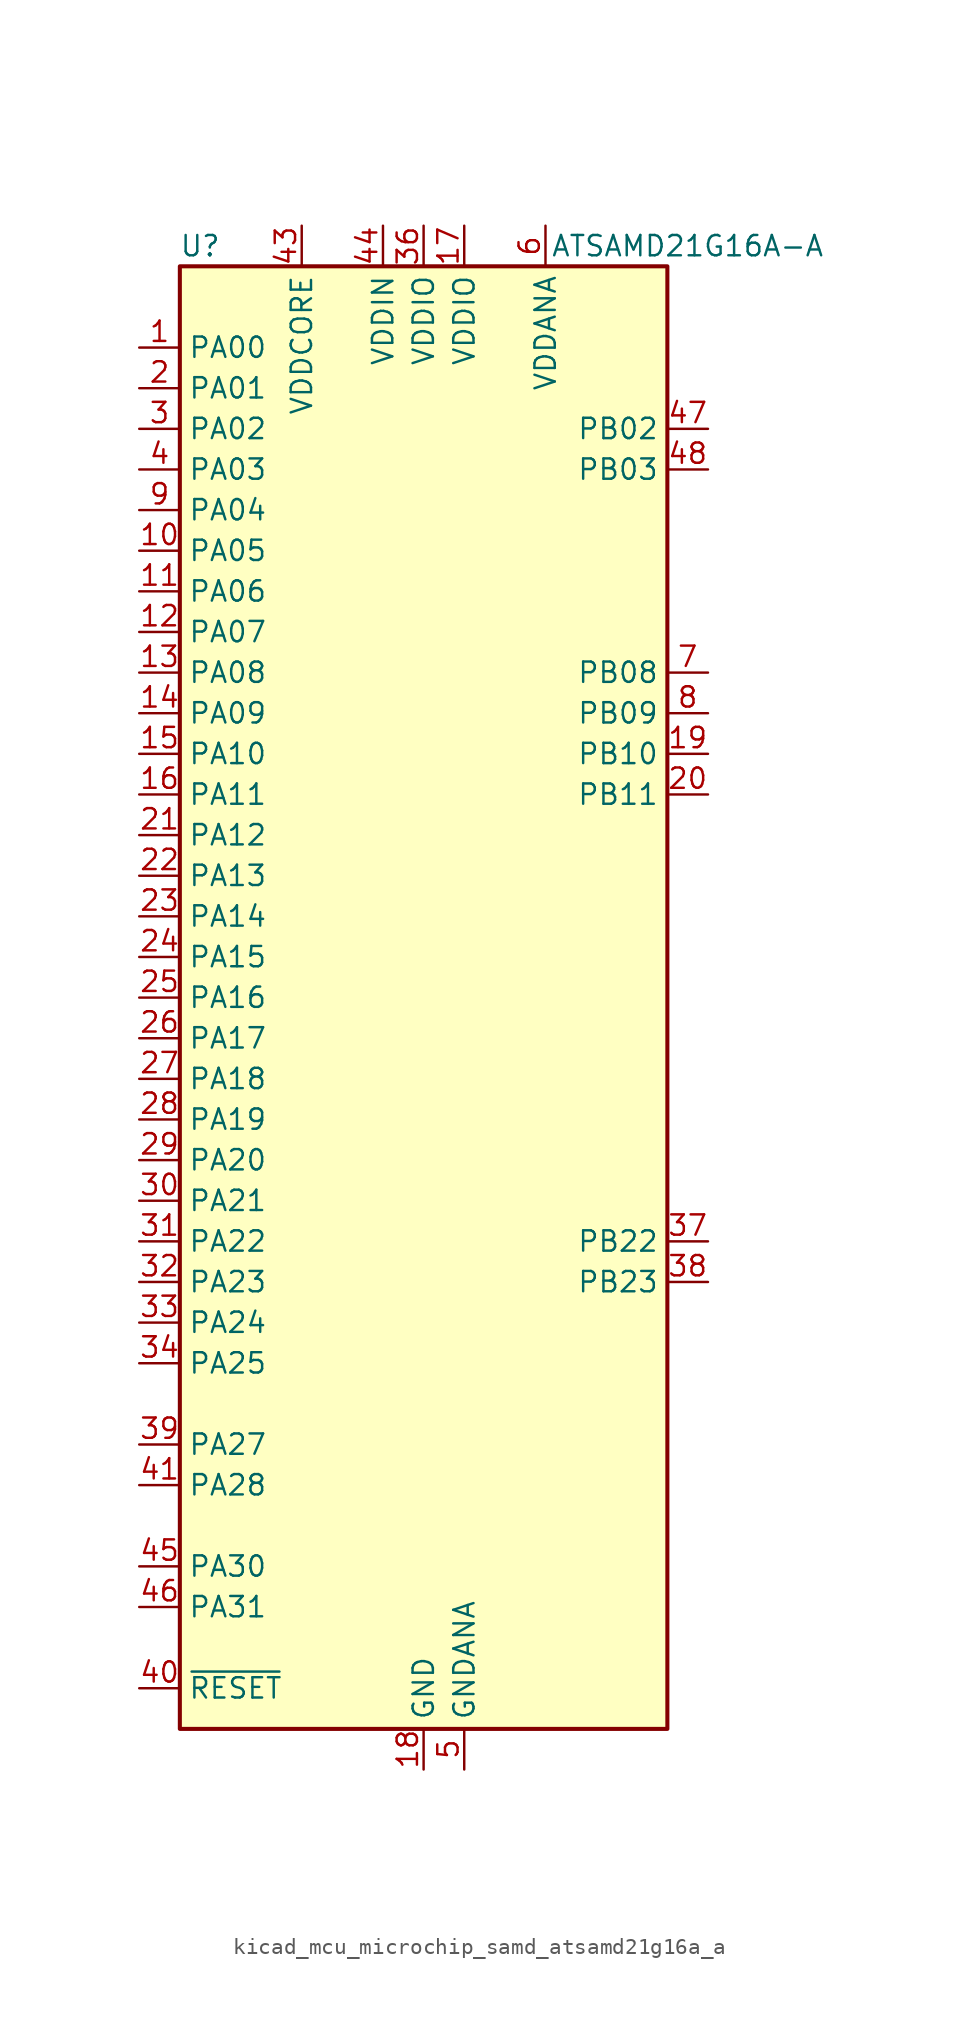
<source format=kicad_sym>
(kicad_symbol_lib
  (version 20220914)
  (generator kicad_symbol_editor)
  (symbol "kicad_mcu_microchip_samd_atsamd21g16a_a"
    (property "Reference" "U"
      (at -13.97 46.99 0)
      (effects (font (size 1.27 1.27))))
    (property "Value" "ATSAMD21G16A-A"
      (at 16.51 46.99 0)
      (effects (font (size 1.27 1.27))))
    (symbol "kicad_mcu_microchip_samd_atsamd21g16a_a_0_1"
      (rectangle (start -15.24 45.72) (end 15.24 -45.72) (stroke (width 0.254) (type default)) (fill (type background))))
    (symbol "kicad_mcu_microchip_samd_atsamd21g16a_a_1_1"
      (pin bidirectional line (at -17.78 40.64 0) (length 2.54) (name "PA00" (effects (font (size 1.27 1.27)))) (number "1" (effects (font (size 1.27 1.27)))))
      (pin bidirectional line (at -17.78 27.94 0) (length 2.54) (name "PA05" (effects (font (size 1.27 1.27)))) (number "10" (effects (font (size 1.27 1.27)))))
      (pin bidirectional line (at -17.78 25.4 0) (length 2.54) (name "PA06" (effects (font (size 1.27 1.27)))) (number "11" (effects (font (size 1.27 1.27)))))
      (pin bidirectional line (at -17.78 22.86 0) (length 2.54) (name "PA07" (effects (font (size 1.27 1.27)))) (number "12" (effects (font (size 1.27 1.27)))))
      (pin bidirectional line (at -17.78 20.32 0) (length 2.54) (name "PA08" (effects (font (size 1.27 1.27)))) (number "13" (effects (font (size 1.27 1.27)))))
      (pin bidirectional line (at -17.78 17.78 0) (length 2.54) (name "PA09" (effects (font (size 1.27 1.27)))) (number "14" (effects (font (size 1.27 1.27)))))
      (pin bidirectional line (at -17.78 15.24 0) (length 2.54) (name "PA10" (effects (font (size 1.27 1.27)))) (number "15" (effects (font (size 1.27 1.27)))))
      (pin bidirectional line (at -17.78 12.7 0) (length 2.54) (name "PA11" (effects (font (size 1.27 1.27)))) (number "16" (effects (font (size 1.27 1.27)))))
      (pin power_in line (at 2.54 48.26 270) (length 2.54) (name "VDDIO" (effects (font (size 1.27 1.27)))) (number "17" (effects (font (size 1.27 1.27)))))
      (pin power_in line (at 0 -48.26 90) (length 2.54) (name "GND" (effects (font (size 1.27 1.27)))) (number "18" (effects (font (size 1.27 1.27)))))
      (pin bidirectional line (at 17.78 15.24 180) (length 2.54) (name "PB10" (effects (font (size 1.27 1.27)))) (number "19" (effects (font (size 1.27 1.27)))))
      (pin bidirectional line (at -17.78 38.1 0) (length 2.54) (name "PA01" (effects (font (size 1.27 1.27)))) (number "2" (effects (font (size 1.27 1.27)))))
      (pin bidirectional line (at 17.78 12.7 180) (length 2.54) (name "PB11" (effects (font (size 1.27 1.27)))) (number "20" (effects (font (size 1.27 1.27)))))
      (pin bidirectional line (at -17.78 10.16 0) (length 2.54) (name "PA12" (effects (font (size 1.27 1.27)))) (number "21" (effects (font (size 1.27 1.27)))))
      (pin bidirectional line (at -17.78 7.62 0) (length 2.54) (name "PA13" (effects (font (size 1.27 1.27)))) (number "22" (effects (font (size 1.27 1.27)))))
      (pin bidirectional line (at -17.78 5.08 0) (length 2.54) (name "PA14" (effects (font (size 1.27 1.27)))) (number "23" (effects (font (size 1.27 1.27)))))
      (pin bidirectional line (at -17.78 2.54 0) (length 2.54) (name "PA15" (effects (font (size 1.27 1.27)))) (number "24" (effects (font (size 1.27 1.27)))))
      (pin bidirectional line (at -17.78 0 0) (length 2.54) (name "PA16" (effects (font (size 1.27 1.27)))) (number "25" (effects (font (size 1.27 1.27)))))
      (pin bidirectional line (at -17.78 -2.54 0) (length 2.54) (name "PA17" (effects (font (size 1.27 1.27)))) (number "26" (effects (font (size 1.27 1.27)))))
      (pin bidirectional line (at -17.78 -5.08 0) (length 2.54) (name "PA18" (effects (font (size 1.27 1.27)))) (number "27" (effects (font (size 1.27 1.27)))))
      (pin bidirectional line (at -17.78 -7.62 0) (length 2.54) (name "PA19" (effects (font (size 1.27 1.27)))) (number "28" (effects (font (size 1.27 1.27)))))
      (pin bidirectional line (at -17.78 -10.16 0) (length 2.54) (name "PA20" (effects (font (size 1.27 1.27)))) (number "29" (effects (font (size 1.27 1.27)))))
      (pin bidirectional line (at -17.78 35.56 0) (length 2.54) (name "PA02" (effects (font (size 1.27 1.27)))) (number "3" (effects (font (size 1.27 1.27)))))
      (pin bidirectional line (at -17.78 -12.7 0) (length 2.54) (name "PA21" (effects (font (size 1.27 1.27)))) (number "30" (effects (font (size 1.27 1.27)))))
      (pin bidirectional line (at -17.78 -15.24 0) (length 2.54) (name "PA22" (effects (font (size 1.27 1.27)))) (number "31" (effects (font (size 1.27 1.27)))))
      (pin bidirectional line (at -17.78 -17.78 0) (length 2.54) (name "PA23" (effects (font (size 1.27 1.27)))) (number "32" (effects (font (size 1.27 1.27)))))
      (pin bidirectional line (at -17.78 -20.32 0) (length 2.54) (name "PA24" (effects (font (size 1.27 1.27)))) (number "33" (effects (font (size 1.27 1.27)))))
      (pin bidirectional line (at -17.78 -22.86 0) (length 2.54) (name "PA25" (effects (font (size 1.27 1.27)))) (number "34" (effects (font (size 1.27 1.27)))))
      (pin passive line (at 0 -48.26 90) (length 2.54) hide (name "GND" (effects (font (size 1.27 1.27)))) (number "35" (effects (font (size 1.27 1.27)))))
      (pin power_in line (at 0 48.26 270) (length 2.54) (name "VDDIO" (effects (font (size 1.27 1.27)))) (number "36" (effects (font (size 1.27 1.27)))))
      (pin bidirectional line (at 17.78 -15.24 180) (length 2.54) (name "PB22" (effects (font (size 1.27 1.27)))) (number "37" (effects (font (size 1.27 1.27)))))
      (pin bidirectional line (at 17.78 -17.78 180) (length 2.54) (name "PB23" (effects (font (size 1.27 1.27)))) (number "38" (effects (font (size 1.27 1.27)))))
      (pin bidirectional line (at -17.78 -27.94 0) (length 2.54) (name "PA27" (effects (font (size 1.27 1.27)))) (number "39" (effects (font (size 1.27 1.27)))))
      (pin bidirectional line (at -17.78 33.02 0) (length 2.54) (name "PA03" (effects (font (size 1.27 1.27)))) (number "4" (effects (font (size 1.27 1.27)))))
      (pin input line (at -17.78 -43.18 0) (length 2.54) (name "~{RESET}" (effects (font (size 1.27 1.27)))) (number "40" (effects (font (size 1.27 1.27)))))
      (pin bidirectional line (at -17.78 -30.48 0) (length 2.54) (name "PA28" (effects (font (size 1.27 1.27)))) (number "41" (effects (font (size 1.27 1.27)))))
      (pin passive line (at 0 -48.26 90) (length 2.54) hide (name "GND" (effects (font (size 1.27 1.27)))) (number "42" (effects (font (size 1.27 1.27)))))
      (pin power_out line (at -7.62 48.26 270) (length 2.54) (name "VDDCORE" (effects (font (size 1.27 1.27)))) (number "43" (effects (font (size 1.27 1.27)))))
      (pin power_in line (at -2.54 48.26 270) (length 2.54) (name "VDDIN" (effects (font (size 1.27 1.27)))) (number "44" (effects (font (size 1.27 1.27)))))
      (pin bidirectional line (at -17.78 -35.56 0) (length 2.54) (name "PA30" (effects (font (size 1.27 1.27)))) (number "45" (effects (font (size 1.27 1.27)))))
      (pin bidirectional line (at -17.78 -38.1 0) (length 2.54) (name "PA31" (effects (font (size 1.27 1.27)))) (number "46" (effects (font (size 1.27 1.27)))))
      (pin bidirectional line (at 17.78 35.56 180) (length 2.54) (name "PB02" (effects (font (size 1.27 1.27)))) (number "47" (effects (font (size 1.27 1.27)))))
      (pin bidirectional line (at 17.78 33.02 180) (length 2.54) (name "PB03" (effects (font (size 1.27 1.27)))) (number "48" (effects (font (size 1.27 1.27)))))
      (pin power_in line (at 2.54 -48.26 90) (length 2.54) (name "GNDANA" (effects (font (size 1.27 1.27)))) (number "5" (effects (font (size 1.27 1.27)))))
      (pin power_in line (at 7.62 48.26 270) (length 2.54) (name "VDDANA" (effects (font (size 1.27 1.27)))) (number "6" (effects (font (size 1.27 1.27)))))
      (pin bidirectional line (at 17.78 20.32 180) (length 2.54) (name "PB08" (effects (font (size 1.27 1.27)))) (number "7" (effects (font (size 1.27 1.27)))))
      (pin bidirectional line (at 17.78 17.78 180) (length 2.54) (name "PB09" (effects (font (size 1.27 1.27)))) (number "8" (effects (font (size 1.27 1.27)))))
      (pin bidirectional line (at -17.78 30.48 0) (length 2.54) (name "PA04" (effects (font (size 1.27 1.27)))) (number "9" (effects (font (size 1.27 1.27))))))))
</source>
